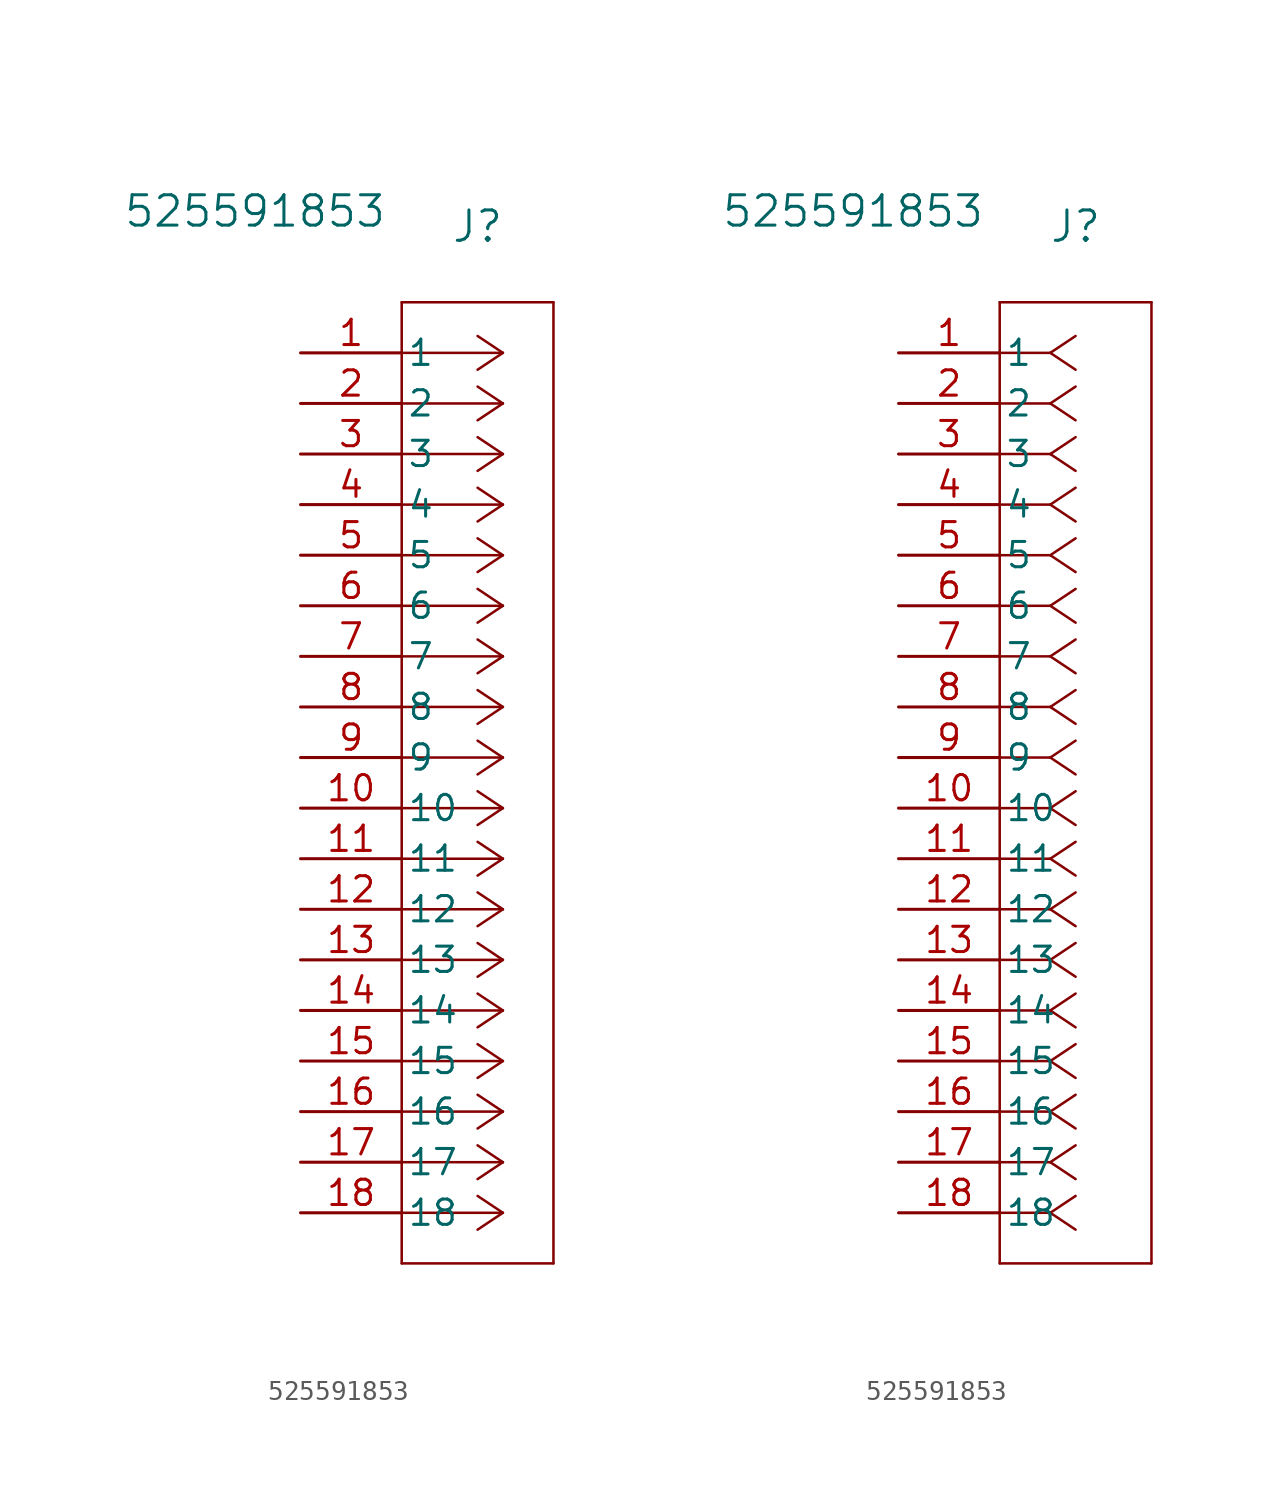
<source format=kicad_sym>
(kicad_symbol_lib
  (version 20231120)
  (generator "kicad_symbol_editor")
  (generator_version "8.0")
  (symbol "525591853"
    (pin_names
      (offset 0.254))
    (property "Reference" "J"
      (at 8.89 6.35 0)
      (effects (font (size 1.524 1.524))))
    (property "Value" "525591853"
      (at -2.286 7.112 0)
      (effects (font (size 1.524 1.524))))
    (symbol "525591853_1_1"
      (polyline (pts (xy 5.08 -45.72) (xy 12.7 -45.72)) (stroke (width 0.127) (type default)) (fill (type none)))
      (polyline (pts (xy 5.08 2.54) (xy 5.08 -45.72)) (stroke (width 0.127) (type default)) (fill (type none)))
      (polyline (pts (xy 10.16 -43.18) (xy 5.08 -43.18)) (stroke (width 0.127) (type default)) (fill (type none)))
      (polyline (pts (xy 10.16 -43.18) (xy 8.89 -44.027)) (stroke (width 0.127) (type default)) (fill (type none)))
      (polyline (pts (xy 10.16 -43.18) (xy 8.89 -42.333)) (stroke (width 0.127) (type default)) (fill (type none)))
      (polyline (pts (xy 10.16 -40.64) (xy 5.08 -40.64)) (stroke (width 0.127) (type default)) (fill (type none)))
      (polyline (pts (xy 10.16 -40.64) (xy 8.89 -41.487)) (stroke (width 0.127) (type default)) (fill (type none)))
      (polyline (pts (xy 10.16 -40.64) (xy 8.89 -39.793)) (stroke (width 0.127) (type default)) (fill (type none)))
      (polyline (pts (xy 10.16 -38.1) (xy 5.08 -38.1)) (stroke (width 0.127) (type default)) (fill (type none)))
      (polyline (pts (xy 10.16 -38.1) (xy 8.89 -38.947)) (stroke (width 0.127) (type default)) (fill (type none)))
      (polyline (pts (xy 10.16 -38.1) (xy 8.89 -37.253)) (stroke (width 0.127) (type default)) (fill (type none)))
      (polyline (pts (xy 10.16 -35.56) (xy 5.08 -35.56)) (stroke (width 0.127) (type default)) (fill (type none)))
      (polyline (pts (xy 10.16 -35.56) (xy 8.89 -36.407)) (stroke (width 0.127) (type default)) (fill (type none)))
      (polyline (pts (xy 10.16 -35.56) (xy 8.89 -34.713)) (stroke (width 0.127) (type default)) (fill (type none)))
      (polyline (pts (xy 10.16 -33.02) (xy 5.08 -33.02)) (stroke (width 0.127) (type default)) (fill (type none)))
      (polyline (pts (xy 10.16 -33.02) (xy 8.89 -33.867)) (stroke (width 0.127) (type default)) (fill (type none)))
      (polyline (pts (xy 10.16 -33.02) (xy 8.89 -32.173)) (stroke (width 0.127) (type default)) (fill (type none)))
      (polyline (pts (xy 10.16 -30.48) (xy 5.08 -30.48)) (stroke (width 0.127) (type default)) (fill (type none)))
      (polyline (pts (xy 10.16 -30.48) (xy 8.89 -31.327)) (stroke (width 0.127) (type default)) (fill (type none)))
      (polyline (pts (xy 10.16 -30.48) (xy 8.89 -29.633)) (stroke (width 0.127) (type default)) (fill (type none)))
      (polyline (pts (xy 10.16 -27.94) (xy 5.08 -27.94)) (stroke (width 0.127) (type default)) (fill (type none)))
      (polyline (pts (xy 10.16 -27.94) (xy 8.89 -28.787)) (stroke (width 0.127) (type default)) (fill (type none)))
      (polyline (pts (xy 10.16 -27.94) (xy 8.89 -27.093)) (stroke (width 0.127) (type default)) (fill (type none)))
      (polyline (pts (xy 10.16 -25.4) (xy 5.08 -25.4)) (stroke (width 0.127) (type default)) (fill (type none)))
      (polyline (pts (xy 10.16 -25.4) (xy 8.89 -26.247)) (stroke (width 0.127) (type default)) (fill (type none)))
      (polyline (pts (xy 10.16 -25.4) (xy 8.89 -24.553)) (stroke (width 0.127) (type default)) (fill (type none)))
      (polyline (pts (xy 10.16 -22.86) (xy 5.08 -22.86)) (stroke (width 0.127) (type default)) (fill (type none)))
      (polyline (pts (xy 10.16 -22.86) (xy 8.89 -23.707)) (stroke (width 0.127) (type default)) (fill (type none)))
      (polyline (pts (xy 10.16 -22.86) (xy 8.89 -22.013)) (stroke (width 0.127) (type default)) (fill (type none)))
      (polyline (pts (xy 10.16 -20.32) (xy 5.08 -20.32)) (stroke (width 0.127) (type default)) (fill (type none)))
      (polyline (pts (xy 10.16 -20.32) (xy 8.89 -21.167)) (stroke (width 0.127) (type default)) (fill (type none)))
      (polyline (pts (xy 10.16 -20.32) (xy 8.89 -19.473)) (stroke (width 0.127) (type default)) (fill (type none)))
      (polyline (pts (xy 10.16 -17.78) (xy 5.08 -17.78)) (stroke (width 0.127) (type default)) (fill (type none)))
      (polyline (pts (xy 10.16 -17.78) (xy 8.89 -18.627)) (stroke (width 0.127) (type default)) (fill (type none)))
      (polyline (pts (xy 10.16 -17.78) (xy 8.89 -16.933)) (stroke (width 0.127) (type default)) (fill (type none)))
      (polyline (pts (xy 10.16 -15.24) (xy 5.08 -15.24)) (stroke (width 0.127) (type default)) (fill (type none)))
      (polyline (pts (xy 10.16 -15.24) (xy 8.89 -16.087)) (stroke (width 0.127) (type default)) (fill (type none)))
      (polyline (pts (xy 10.16 -15.24) (xy 8.89 -14.393)) (stroke (width 0.127) (type default)) (fill (type none)))
      (polyline (pts (xy 10.16 -12.7) (xy 5.08 -12.7)) (stroke (width 0.127) (type default)) (fill (type none)))
      (polyline (pts (xy 10.16 -12.7) (xy 8.89 -13.547)) (stroke (width 0.127) (type default)) (fill (type none)))
      (polyline (pts (xy 10.16 -12.7) (xy 8.89 -11.853)) (stroke (width 0.127) (type default)) (fill (type none)))
      (polyline (pts (xy 10.16 -10.16) (xy 5.08 -10.16)) (stroke (width 0.127) (type default)) (fill (type none)))
      (polyline (pts (xy 10.16 -10.16) (xy 8.89 -11.007)) (stroke (width 0.127) (type default)) (fill (type none)))
      (polyline (pts (xy 10.16 -10.16) (xy 8.89 -9.313)) (stroke (width 0.127) (type default)) (fill (type none)))
      (polyline (pts (xy 10.16 -7.62) (xy 5.08 -7.62)) (stroke (width 0.127) (type default)) (fill (type none)))
      (polyline (pts (xy 10.16 -7.62) (xy 8.89 -8.467)) (stroke (width 0.127) (type default)) (fill (type none)))
      (polyline (pts (xy 10.16 -7.62) (xy 8.89 -6.773)) (stroke (width 0.127) (type default)) (fill (type none)))
      (polyline (pts (xy 10.16 -5.08) (xy 5.08 -5.08)) (stroke (width 0.127) (type default)) (fill (type none)))
      (polyline (pts (xy 10.16 -5.08) (xy 8.89 -5.927)) (stroke (width 0.127) (type default)) (fill (type none)))
      (polyline (pts (xy 10.16 -5.08) (xy 8.89 -4.233)) (stroke (width 0.127) (type default)) (fill (type none)))
      (polyline (pts (xy 10.16 -2.54) (xy 5.08 -2.54)) (stroke (width 0.127) (type default)) (fill (type none)))
      (polyline (pts (xy 10.16 -2.54) (xy 8.89 -3.387)) (stroke (width 0.127) (type default)) (fill (type none)))
      (polyline (pts (xy 10.16 -2.54) (xy 8.89 -1.693)) (stroke (width 0.127) (type default)) (fill (type none)))
      (polyline (pts (xy 10.16 0) (xy 5.08 0)) (stroke (width 0.127) (type default)) (fill (type none)))
      (polyline (pts (xy 10.16 0) (xy 8.89 -0.847)) (stroke (width 0.127) (type default)) (fill (type none)))
      (polyline (pts (xy 10.16 0) (xy 8.89 0.847)) (stroke (width 0.127) (type default)) (fill (type none)))
      (polyline (pts (xy 12.7 -45.72) (xy 12.7 2.54)) (stroke (width 0.127) (type default)) (fill (type none)))
      (polyline (pts (xy 12.7 2.54) (xy 5.08 2.54)) (stroke (width 0.127) (type default)) (fill (type none)))
      (pin unspecified line (at 0 0 0) (length 5.08) (name "1" (effects (font (size 1.27 1.27)))) (number "1" (effects (font (size 1.27 1.27)))))
      (pin unspecified line (at 0 -22.86 0) (length 5.08) (name "10" (effects (font (size 1.27 1.27)))) (number "10" (effects (font (size 1.27 1.27)))))
      (pin unspecified line (at 0 -25.4 0) (length 5.08) (name "11" (effects (font (size 1.27 1.27)))) (number "11" (effects (font (size 1.27 1.27)))))
      (pin unspecified line (at 0 -27.94 0) (length 5.08) (name "12" (effects (font (size 1.27 1.27)))) (number "12" (effects (font (size 1.27 1.27)))))
      (pin unspecified line (at 0 -30.48 0) (length 5.08) (name "13" (effects (font (size 1.27 1.27)))) (number "13" (effects (font (size 1.27 1.27)))))
      (pin unspecified line (at 0 -33.02 0) (length 5.08) (name "14" (effects (font (size 1.27 1.27)))) (number "14" (effects (font (size 1.27 1.27)))))
      (pin unspecified line (at 0 -35.56 0) (length 5.08) (name "15" (effects (font (size 1.27 1.27)))) (number "15" (effects (font (size 1.27 1.27)))))
      (pin unspecified line (at 0 -38.1 0) (length 5.08) (name "16" (effects (font (size 1.27 1.27)))) (number "16" (effects (font (size 1.27 1.27)))))
      (pin unspecified line (at 0 -40.64 0) (length 5.08) (name "17" (effects (font (size 1.27 1.27)))) (number "17" (effects (font (size 1.27 1.27)))))
      (pin unspecified line (at 0 -43.18 0) (length 5.08) (name "18" (effects (font (size 1.27 1.27)))) (number "18" (effects (font (size 1.27 1.27)))))
      (pin unspecified line (at 0 -2.54 0) (length 5.08) (name "2" (effects (font (size 1.27 1.27)))) (number "2" (effects (font (size 1.27 1.27)))))
      (pin unspecified line (at 0 -5.08 0) (length 5.08) (name "3" (effects (font (size 1.27 1.27)))) (number "3" (effects (font (size 1.27 1.27)))))
      (pin unspecified line (at 0 -7.62 0) (length 5.08) (name "4" (effects (font (size 1.27 1.27)))) (number "4" (effects (font (size 1.27 1.27)))))
      (pin unspecified line (at 0 -10.16 0) (length 5.08) (name "5" (effects (font (size 1.27 1.27)))) (number "5" (effects (font (size 1.27 1.27)))))
      (pin unspecified line (at 0 -12.7 0) (length 5.08) (name "6" (effects (font (size 1.27 1.27)))) (number "6" (effects (font (size 1.27 1.27)))))
      (pin unspecified line (at 0 -15.24 0) (length 5.08) (name "7" (effects (font (size 1.27 1.27)))) (number "7" (effects (font (size 1.27 1.27)))))
      (pin unspecified line (at 0 -17.78 0) (length 5.08) (name "8" (effects (font (size 1.27 1.27)))) (number "8" (effects (font (size 1.27 1.27)))))
      (pin unspecified line (at 0 -20.32 0) (length 5.08) (name "9" (effects (font (size 1.27 1.27)))) (number "9" (effects (font (size 1.27 1.27))))))
    (symbol "525591853_1_2"
      (polyline (pts (xy 5.08 -45.72) (xy 12.7 -45.72)) (stroke (width 0.127) (type default)) (fill (type none)))
      (polyline (pts (xy 5.08 2.54) (xy 5.08 -45.72)) (stroke (width 0.127) (type default)) (fill (type none)))
      (polyline (pts (xy 7.62 -43.18) (xy 5.08 -43.18)) (stroke (width 0.127) (type default)) (fill (type none)))
      (polyline (pts (xy 7.62 -43.18) (xy 8.89 -44.027)) (stroke (width 0.127) (type default)) (fill (type none)))
      (polyline (pts (xy 7.62 -43.18) (xy 8.89 -42.333)) (stroke (width 0.127) (type default)) (fill (type none)))
      (polyline (pts (xy 7.62 -40.64) (xy 5.08 -40.64)) (stroke (width 0.127) (type default)) (fill (type none)))
      (polyline (pts (xy 7.62 -40.64) (xy 8.89 -41.487)) (stroke (width 0.127) (type default)) (fill (type none)))
      (polyline (pts (xy 7.62 -40.64) (xy 8.89 -39.793)) (stroke (width 0.127) (type default)) (fill (type none)))
      (polyline (pts (xy 7.62 -38.1) (xy 5.08 -38.1)) (stroke (width 0.127) (type default)) (fill (type none)))
      (polyline (pts (xy 7.62 -38.1) (xy 8.89 -38.947)) (stroke (width 0.127) (type default)) (fill (type none)))
      (polyline (pts (xy 7.62 -38.1) (xy 8.89 -37.253)) (stroke (width 0.127) (type default)) (fill (type none)))
      (polyline (pts (xy 7.62 -35.56) (xy 5.08 -35.56)) (stroke (width 0.127) (type default)) (fill (type none)))
      (polyline (pts (xy 7.62 -35.56) (xy 8.89 -36.407)) (stroke (width 0.127) (type default)) (fill (type none)))
      (polyline (pts (xy 7.62 -35.56) (xy 8.89 -34.713)) (stroke (width 0.127) (type default)) (fill (type none)))
      (polyline (pts (xy 7.62 -33.02) (xy 5.08 -33.02)) (stroke (width 0.127) (type default)) (fill (type none)))
      (polyline (pts (xy 7.62 -33.02) (xy 8.89 -33.867)) (stroke (width 0.127) (type default)) (fill (type none)))
      (polyline (pts (xy 7.62 -33.02) (xy 8.89 -32.173)) (stroke (width 0.127) (type default)) (fill (type none)))
      (polyline (pts (xy 7.62 -30.48) (xy 5.08 -30.48)) (stroke (width 0.127) (type default)) (fill (type none)))
      (polyline (pts (xy 7.62 -30.48) (xy 8.89 -31.327)) (stroke (width 0.127) (type default)) (fill (type none)))
      (polyline (pts (xy 7.62 -30.48) (xy 8.89 -29.633)) (stroke (width 0.127) (type default)) (fill (type none)))
      (polyline (pts (xy 7.62 -27.94) (xy 5.08 -27.94)) (stroke (width 0.127) (type default)) (fill (type none)))
      (polyline (pts (xy 7.62 -27.94) (xy 8.89 -28.787)) (stroke (width 0.127) (type default)) (fill (type none)))
      (polyline (pts (xy 7.62 -27.94) (xy 8.89 -27.093)) (stroke (width 0.127) (type default)) (fill (type none)))
      (polyline (pts (xy 7.62 -25.4) (xy 5.08 -25.4)) (stroke (width 0.127) (type default)) (fill (type none)))
      (polyline (pts (xy 7.62 -25.4) (xy 8.89 -26.247)) (stroke (width 0.127) (type default)) (fill (type none)))
      (polyline (pts (xy 7.62 -25.4) (xy 8.89 -24.553)) (stroke (width 0.127) (type default)) (fill (type none)))
      (polyline (pts (xy 7.62 -22.86) (xy 5.08 -22.86)) (stroke (width 0.127) (type default)) (fill (type none)))
      (polyline (pts (xy 7.62 -22.86) (xy 8.89 -23.707)) (stroke (width 0.127) (type default)) (fill (type none)))
      (polyline (pts (xy 7.62 -22.86) (xy 8.89 -22.013)) (stroke (width 0.127) (type default)) (fill (type none)))
      (polyline (pts (xy 7.62 -20.32) (xy 5.08 -20.32)) (stroke (width 0.127) (type default)) (fill (type none)))
      (polyline (pts (xy 7.62 -20.32) (xy 8.89 -21.167)) (stroke (width 0.127) (type default)) (fill (type none)))
      (polyline (pts (xy 7.62 -20.32) (xy 8.89 -19.473)) (stroke (width 0.127) (type default)) (fill (type none)))
      (polyline (pts (xy 7.62 -17.78) (xy 5.08 -17.78)) (stroke (width 0.127) (type default)) (fill (type none)))
      (polyline (pts (xy 7.62 -17.78) (xy 8.89 -18.627)) (stroke (width 0.127) (type default)) (fill (type none)))
      (polyline (pts (xy 7.62 -17.78) (xy 8.89 -16.933)) (stroke (width 0.127) (type default)) (fill (type none)))
      (polyline (pts (xy 7.62 -15.24) (xy 5.08 -15.24)) (stroke (width 0.127) (type default)) (fill (type none)))
      (polyline (pts (xy 7.62 -15.24) (xy 8.89 -16.087)) (stroke (width 0.127) (type default)) (fill (type none)))
      (polyline (pts (xy 7.62 -15.24) (xy 8.89 -14.393)) (stroke (width 0.127) (type default)) (fill (type none)))
      (polyline (pts (xy 7.62 -12.7) (xy 5.08 -12.7)) (stroke (width 0.127) (type default)) (fill (type none)))
      (polyline (pts (xy 7.62 -12.7) (xy 8.89 -13.547)) (stroke (width 0.127) (type default)) (fill (type none)))
      (polyline (pts (xy 7.62 -12.7) (xy 8.89 -11.853)) (stroke (width 0.127) (type default)) (fill (type none)))
      (polyline (pts (xy 7.62 -10.16) (xy 5.08 -10.16)) (stroke (width 0.127) (type default)) (fill (type none)))
      (polyline (pts (xy 7.62 -10.16) (xy 8.89 -11.007)) (stroke (width 0.127) (type default)) (fill (type none)))
      (polyline (pts (xy 7.62 -10.16) (xy 8.89 -9.313)) (stroke (width 0.127) (type default)) (fill (type none)))
      (polyline (pts (xy 7.62 -7.62) (xy 5.08 -7.62)) (stroke (width 0.127) (type default)) (fill (type none)))
      (polyline (pts (xy 7.62 -7.62) (xy 8.89 -8.467)) (stroke (width 0.127) (type default)) (fill (type none)))
      (polyline (pts (xy 7.62 -7.62) (xy 8.89 -6.773)) (stroke (width 0.127) (type default)) (fill (type none)))
      (polyline (pts (xy 7.62 -5.08) (xy 5.08 -5.08)) (stroke (width 0.127) (type default)) (fill (type none)))
      (polyline (pts (xy 7.62 -5.08) (xy 8.89 -5.927)) (stroke (width 0.127) (type default)) (fill (type none)))
      (polyline (pts (xy 7.62 -5.08) (xy 8.89 -4.233)) (stroke (width 0.127) (type default)) (fill (type none)))
      (polyline (pts (xy 7.62 -2.54) (xy 5.08 -2.54)) (stroke (width 0.127) (type default)) (fill (type none)))
      (polyline (pts (xy 7.62 -2.54) (xy 8.89 -3.387)) (stroke (width 0.127) (type default)) (fill (type none)))
      (polyline (pts (xy 7.62 -2.54) (xy 8.89 -1.693)) (stroke (width 0.127) (type default)) (fill (type none)))
      (polyline (pts (xy 7.62 0) (xy 5.08 0)) (stroke (width 0.127) (type default)) (fill (type none)))
      (polyline (pts (xy 7.62 0) (xy 8.89 -0.847)) (stroke (width 0.127) (type default)) (fill (type none)))
      (polyline (pts (xy 7.62 0) (xy 8.89 0.847)) (stroke (width 0.127) (type default)) (fill (type none)))
      (polyline (pts (xy 12.7 -45.72) (xy 12.7 2.54)) (stroke (width 0.127) (type default)) (fill (type none)))
      (polyline (pts (xy 12.7 2.54) (xy 5.08 2.54)) (stroke (width 0.127) (type default)) (fill (type none)))
      (pin unspecified line (at 0 0 0) (length 5.08) (name "1" (effects (font (size 1.27 1.27)))) (number "1" (effects (font (size 1.27 1.27)))))
      (pin unspecified line (at 0 -22.86 0) (length 5.08) (name "10" (effects (font (size 1.27 1.27)))) (number "10" (effects (font (size 1.27 1.27)))))
      (pin unspecified line (at 0 -25.4 0) (length 5.08) (name "11" (effects (font (size 1.27 1.27)))) (number "11" (effects (font (size 1.27 1.27)))))
      (pin unspecified line (at 0 -27.94 0) (length 5.08) (name "12" (effects (font (size 1.27 1.27)))) (number "12" (effects (font (size 1.27 1.27)))))
      (pin unspecified line (at 0 -30.48 0) (length 5.08) (name "13" (effects (font (size 1.27 1.27)))) (number "13" (effects (font (size 1.27 1.27)))))
      (pin unspecified line (at 0 -33.02 0) (length 5.08) (name "14" (effects (font (size 1.27 1.27)))) (number "14" (effects (font (size 1.27 1.27)))))
      (pin unspecified line (at 0 -35.56 0) (length 5.08) (name "15" (effects (font (size 1.27 1.27)))) (number "15" (effects (font (size 1.27 1.27)))))
      (pin unspecified line (at 0 -38.1 0) (length 5.08) (name "16" (effects (font (size 1.27 1.27)))) (number "16" (effects (font (size 1.27 1.27)))))
      (pin unspecified line (at 0 -40.64 0) (length 5.08) (name "17" (effects (font (size 1.27 1.27)))) (number "17" (effects (font (size 1.27 1.27)))))
      (pin unspecified line (at 0 -43.18 0) (length 5.08) (name "18" (effects (font (size 1.27 1.27)))) (number "18" (effects (font (size 1.27 1.27)))))
      (pin unspecified line (at 0 -2.54 0) (length 5.08) (name "2" (effects (font (size 1.27 1.27)))) (number "2" (effects (font (size 1.27 1.27)))))
      (pin unspecified line (at 0 -5.08 0) (length 5.08) (name "3" (effects (font (size 1.27 1.27)))) (number "3" (effects (font (size 1.27 1.27)))))
      (pin unspecified line (at 0 -7.62 0) (length 5.08) (name "4" (effects (font (size 1.27 1.27)))) (number "4" (effects (font (size 1.27 1.27)))))
      (pin unspecified line (at 0 -10.16 0) (length 5.08) (name "5" (effects (font (size 1.27 1.27)))) (number "5" (effects (font (size 1.27 1.27)))))
      (pin unspecified line (at 0 -12.7 0) (length 5.08) (name "6" (effects (font (size 1.27 1.27)))) (number "6" (effects (font (size 1.27 1.27)))))
      (pin unspecified line (at 0 -15.24 0) (length 5.08) (name "7" (effects (font (size 1.27 1.27)))) (number "7" (effects (font (size 1.27 1.27)))))
      (pin unspecified line (at 0 -17.78 0) (length 5.08) (name "8" (effects (font (size 1.27 1.27)))) (number "8" (effects (font (size 1.27 1.27)))))
      (pin unspecified line (at 0 -20.32 0) (length 5.08) (name "9" (effects (font (size 1.27 1.27)))) (number "9" (effects (font (size 1.27 1.27))))))))
</source>
